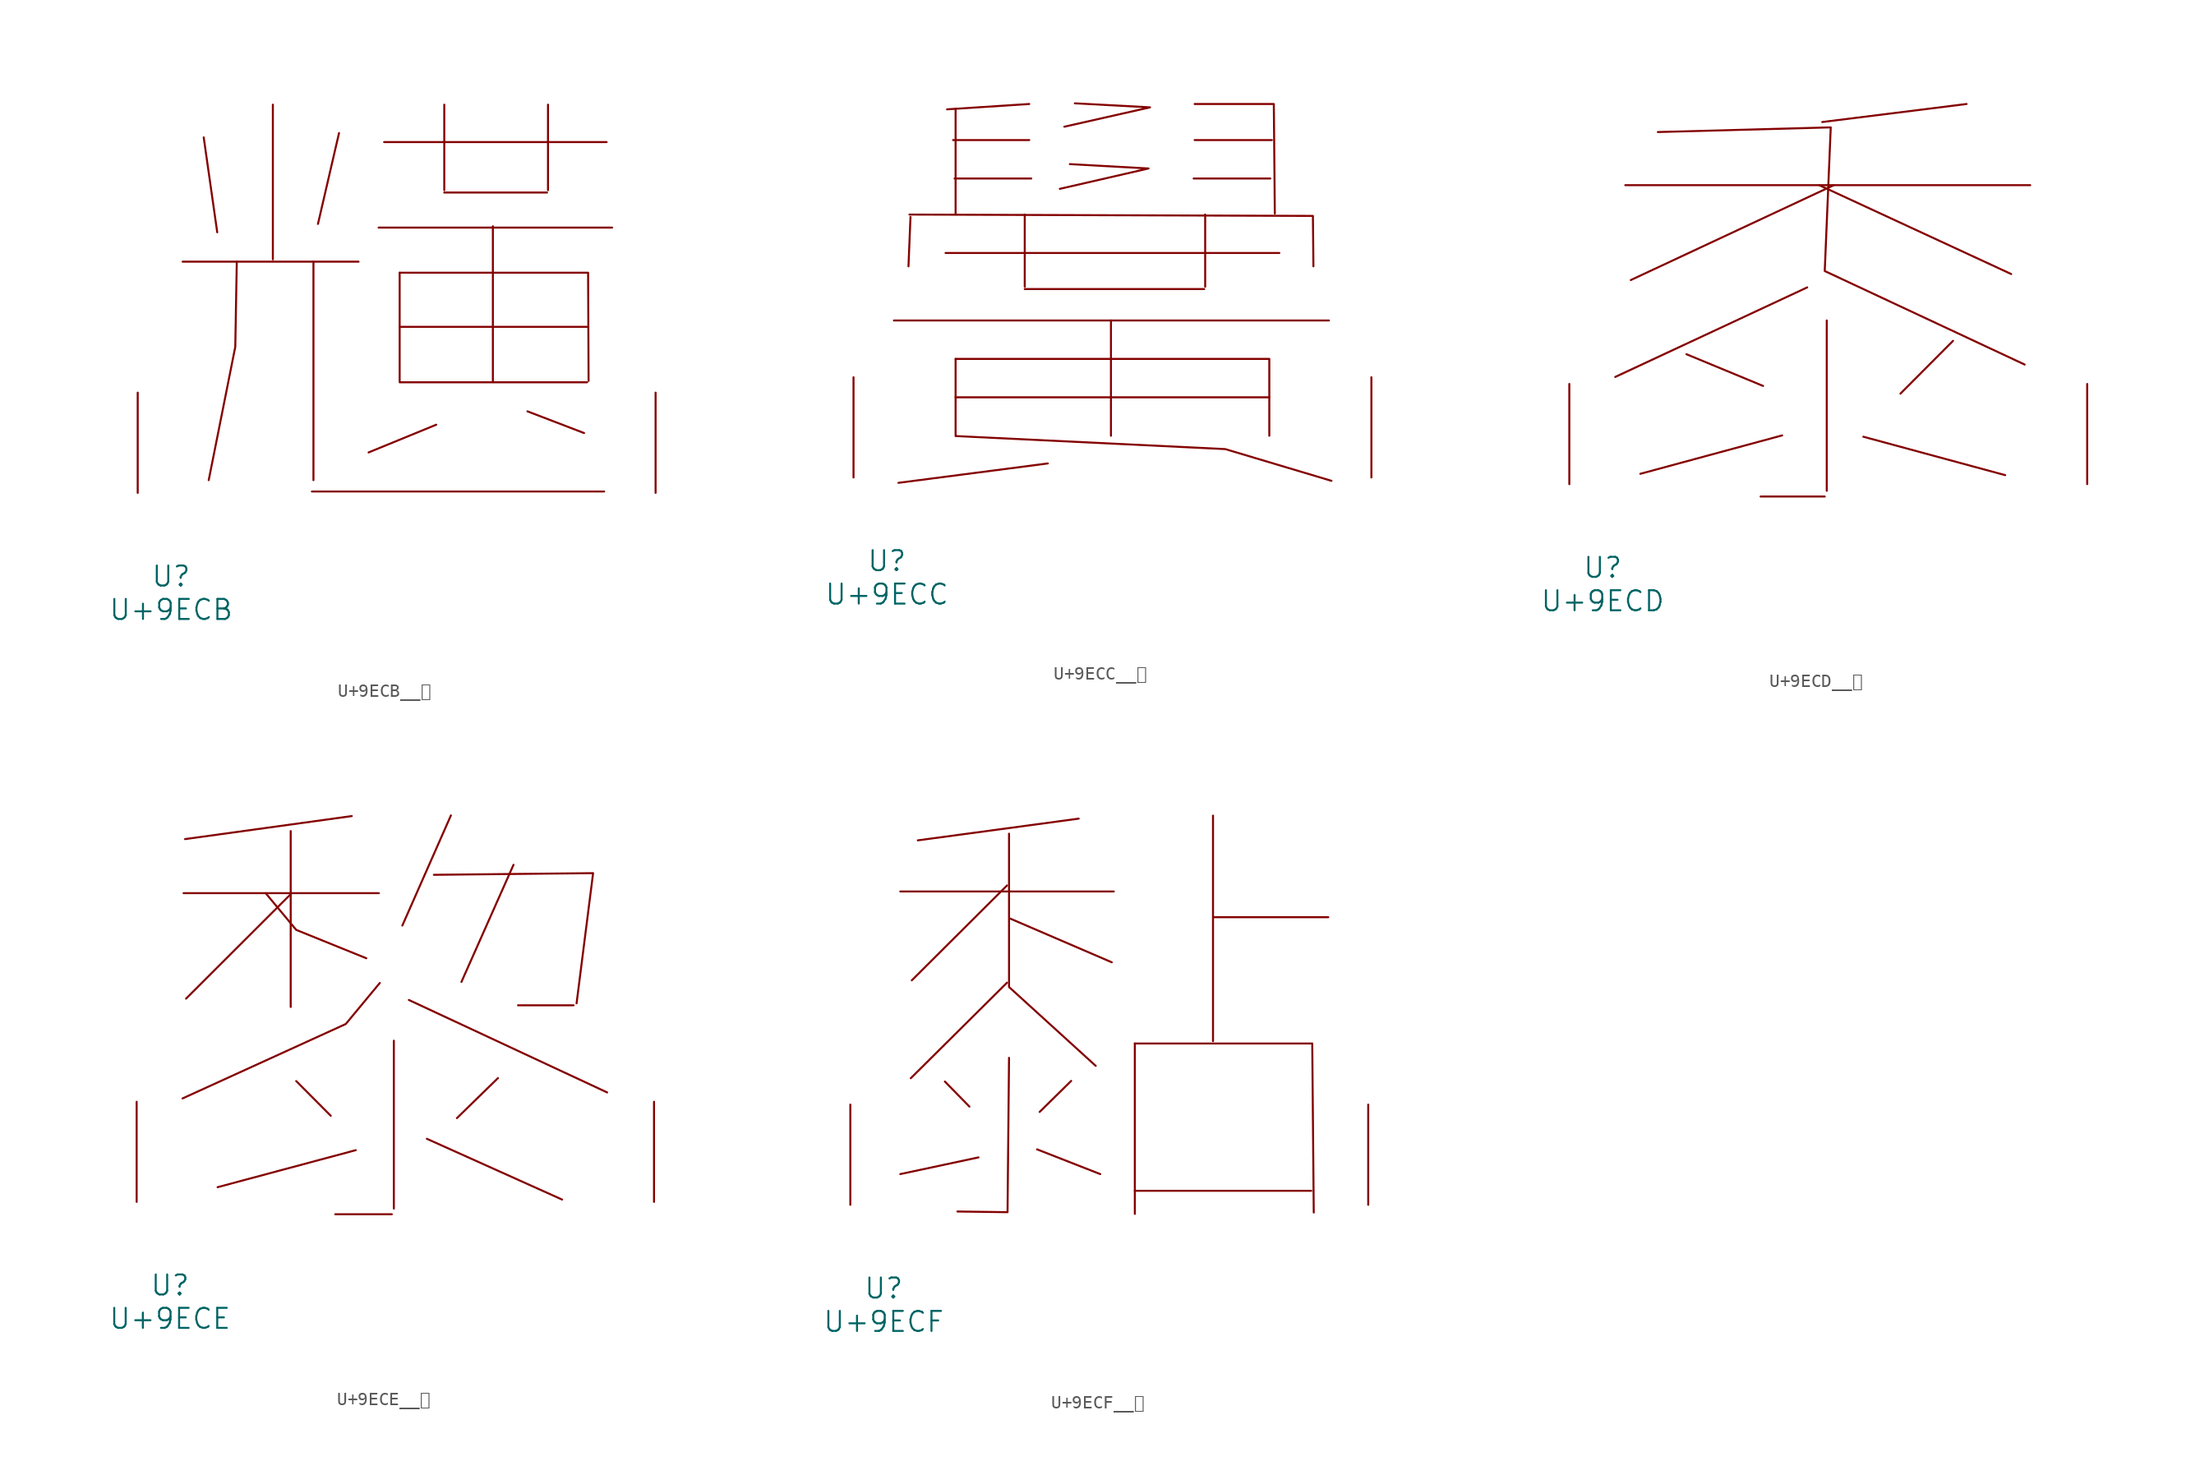
<source format=kicad_sym>
(kicad_symbol_lib
  (version 20231120)
  (generator "kicad_symbol_editor")
  (generator_version "8.0")
  (symbol "U+9ECB__黋"
    (pin_names
      (offset 1.016))
    (property "Reference" "U"
      (at 0 -6.35 0)
      (effects (font (size 1.524 1.524))))
    (property "Value" "U+9ECB"
      (at 0 -8.89 0)
      (effects (font (size 1.524 1.524))))
    (symbol "U+9ECB__黋_0_1"
      (polyline (pts (xy 0.876 17.577) (xy 14.249 17.577)) (stroke (width 0) (type solid)) (fill (type none)))
      (polyline (pts (xy 2.477 27.026) (xy 3.505 19.812)) (stroke (width 0) (type solid)) (fill (type none)))
      (polyline (pts (xy 7.734 29.515) (xy 7.734 17.755)) (stroke (width 0) (type solid)) (fill (type none)))
      (polyline (pts (xy 10.706 0.102) (xy 32.918 0.102)) (stroke (width 0) (type solid)) (fill (type none)))
      (polyline (pts (xy 10.82 17.577) (xy 10.82 0.965)) (stroke (width 0) (type solid)) (fill (type none)))
      (polyline (pts (xy 12.764 27.356) (xy 11.163 20.447)) (stroke (width 0) (type solid)) (fill (type none)))
      (polyline (pts (xy 15.773 20.168) (xy 33.528 20.168)) (stroke (width 0) (type solid)) (fill (type none)))
      (polyline (pts (xy 16.192 26.67) (xy 33.109 26.67)) (stroke (width 0) (type solid)) (fill (type none)))
      (polyline (pts (xy 17.374 8.407) (xy 31.623 8.407)) (stroke (width 0) (type solid)) (fill (type none)))
      (polyline (pts (xy 17.374 12.624) (xy 31.623 12.624)) (stroke (width 0) (type solid)) (fill (type none)))
      (polyline (pts (xy 17.374 16.739) (xy 17.374 8.509)) (stroke (width 0) (type solid)) (fill (type none)))
      (polyline (pts (xy 20.155 5.182) (xy 15.011 3.073)) (stroke (width 0) (type solid)) (fill (type none)))
      (polyline (pts (xy 20.765 22.835) (xy 28.575 22.835)) (stroke (width 0) (type solid)) (fill (type none)))
      (polyline (pts (xy 20.765 29.515) (xy 20.765 23.012)) (stroke (width 0) (type solid)) (fill (type none)))
      (polyline (pts (xy 24.46 20.269) (xy 24.46 8.509)) (stroke (width 0) (type solid)) (fill (type none)))
      (polyline (pts (xy 27.089 6.198) (xy 31.394 4.547)) (stroke (width 0) (type solid)) (fill (type none)))
      (polyline (pts (xy 28.651 29.515) (xy 28.651 23.012)) (stroke (width 0) (type solid)) (fill (type none)))
      (polyline (pts (xy 4.991 17.577) (xy 4.877 11.1) (xy 2.857 0.965)) (stroke (width 0) (type solid)) (fill (type none)))
      (polyline (pts (xy 17.374 16.739) (xy 31.699 16.739) (xy 31.737 8.509)) (stroke (width 0) (type solid)) (fill (type none)))
      (pin input line (at -2.54 0 90) (length 7.62) (name "~" (effects (font (size 1.27 1.27)))) (number "~" (effects (font (size 1.27 1.27)))))
      (pin input line (at 36.83 0 90) (length 7.62) (name "~" (effects (font (size 1.27 1.27)))) (number "~" (effects (font (size 1.27 1.27)))))))
  (symbol "U+9ECC__黌"
    (pin_names
      (offset 1.016))
    (property "Reference" "U"
      (at 0 -6.35 0)
      (effects (font (size 1.524 1.524))))
    (property "Value" "U+9ECC"
      (at 0 -8.89 0)
      (effects (font (size 1.524 1.524))))
    (symbol "U+9ECC__黌_0_1"
      (polyline (pts (xy 0.533 11.938) (xy 33.604 11.938)) (stroke (width 0) (type solid)) (fill (type none)))
      (polyline (pts (xy 1.791 19.812) (xy 1.638 16.053)) (stroke (width 0) (type solid)) (fill (type none)))
      (polyline (pts (xy 4.458 17.069) (xy 29.832 17.069)) (stroke (width 0) (type solid)) (fill (type none)))
      (polyline (pts (xy 5.029 25.654) (xy 10.82 25.654)) (stroke (width 0) (type solid)) (fill (type none)))
      (polyline (pts (xy 5.144 22.733) (xy 10.973 22.733)) (stroke (width 0) (type solid)) (fill (type none)))
      (polyline (pts (xy 5.22 6.096) (xy 29.07 6.096)) (stroke (width 0) (type solid)) (fill (type none)))
      (polyline (pts (xy 5.22 28.042) (xy 5.22 20.066)) (stroke (width 0) (type solid)) (fill (type none)))
      (polyline (pts (xy 10.477 14.326) (xy 24.117 14.326)) (stroke (width 0) (type solid)) (fill (type none)))
      (polyline (pts (xy 10.477 19.99) (xy 10.477 14.503)) (stroke (width 0) (type solid)) (fill (type none)))
      (polyline (pts (xy 10.82 28.397) (xy 4.572 27.991)) (stroke (width 0) (type solid)) (fill (type none)))
      (polyline (pts (xy 12.23 1.067) (xy 0.876 -0.406)) (stroke (width 0) (type solid)) (fill (type none)))
      (polyline (pts (xy 17.031 11.938) (xy 17.031 3.175)) (stroke (width 0) (type solid)) (fill (type none)))
      (polyline (pts (xy 23.317 22.733) (xy 29.146 22.733)) (stroke (width 0) (type solid)) (fill (type none)))
      (polyline (pts (xy 23.393 25.654) (xy 29.261 25.654)) (stroke (width 0) (type solid)) (fill (type none)))
      (polyline (pts (xy 24.194 19.99) (xy 24.194 14.503)) (stroke (width 0) (type solid)) (fill (type none)))
      (polyline (pts (xy 1.714 19.99) (xy 32.385 19.888) (xy 32.423 16.053)) (stroke (width 0) (type solid)) (fill (type none)))
      (polyline (pts (xy 5.22 9.017) (xy 29.07 9.017) (xy 29.07 3.175)) (stroke (width 0) (type solid)) (fill (type none)))
      (polyline (pts (xy 13.906 23.825) (xy 19.888 23.495) (xy 13.145 21.946)) (stroke (width 0) (type solid)) (fill (type none)))
      (polyline (pts (xy 14.287 28.448) (xy 20.003 28.143) (xy 13.487 26.67)) (stroke (width 0) (type solid)) (fill (type none)))
      (polyline (pts (xy 23.393 28.397) (xy 29.413 28.397) (xy 29.489 20.066)) (stroke (width 0) (type solid)) (fill (type none)))
      (polyline (pts (xy 5.22 9.017) (xy 5.22 3.15) (xy 25.718 2.159) (xy 33.795 -0.254)) (stroke (width 0) (type solid)) (fill (type none)))
      (pin input line (at -2.54 0 90) (length 7.62) (name "~" (effects (font (size 1.27 1.27)))) (number "~" (effects (font (size 1.27 1.27)))))
      (pin input line (at 36.83 0 90) (length 7.62) (name "~" (effects (font (size 1.27 1.27)))) (number "~" (effects (font (size 1.27 1.27)))))))
  (symbol "U+9ECD__黍"
    (pin_names
      (offset 1.016))
    (property "Reference" "U"
      (at 0 -6.35 0)
      (effects (font (size 1.524 1.524))))
    (property "Value" "U+9ECD"
      (at 0 -8.89 0)
      (effects (font (size 1.524 1.524))))
    (symbol "U+9ECD__黍_0_1"
      (polyline (pts (xy 1.714 22.733) (xy 32.499 22.733)) (stroke (width 0) (type solid)) (fill (type none)))
      (polyline (pts (xy 6.363 9.881) (xy 12.192 7.468)) (stroke (width 0) (type solid)) (fill (type none)))
      (polyline (pts (xy 12.002 -0.94) (xy 16.878 -0.94)) (stroke (width 0) (type solid)) (fill (type none)))
      (polyline (pts (xy 13.64 3.708) (xy 2.857 0.787)) (stroke (width 0) (type solid)) (fill (type none)))
      (polyline (pts (xy 15.545 14.961) (xy 0.953 8.153)) (stroke (width 0) (type solid)) (fill (type none)))
      (polyline (pts (xy 16.459 22.733) (xy 31.052 15.977)) (stroke (width 0) (type solid)) (fill (type none)))
      (polyline (pts (xy 17.031 12.446) (xy 17.031 -0.508)) (stroke (width 0) (type solid)) (fill (type none)))
      (polyline (pts (xy 17.564 22.733) (xy 2.134 15.519)) (stroke (width 0) (type solid)) (fill (type none)))
      (polyline (pts (xy 19.812 3.607) (xy 30.594 0.686)) (stroke (width 0) (type solid)) (fill (type none)))
      (polyline (pts (xy 26.632 10.897) (xy 22.631 6.883)) (stroke (width 0) (type solid)) (fill (type none)))
      (polyline (pts (xy 27.661 28.905) (xy 16.688 27.534)) (stroke (width 0) (type solid)) (fill (type none)))
      (polyline (pts (xy 4.191 26.772) (xy 17.335 27.127) (xy 16.878 16.205) (xy 32.08 9.093)) (stroke (width 0) (type solid)) (fill (type none)))
      (pin input line (at -2.54 0 90) (length 7.62) (name "~" (effects (font (size 1.27 1.27)))) (number "~" (effects (font (size 1.27 1.27)))))
      (pin input line (at 36.83 0 90) (length 7.62) (name "~" (effects (font (size 1.27 1.27)))) (number "~" (effects (font (size 1.27 1.27)))))))
  (symbol "U+9ECE__黎"
    (pin_names
      (offset 1.016))
    (property "Reference" "U"
      (at 0 -6.35 0)
      (effects (font (size 1.524 1.524))))
    (property "Value" "U+9ECE"
      (at 0 -8.89 0)
      (effects (font (size 1.524 1.524))))
    (symbol "U+9ECE__黎_0_1"
      (polyline (pts (xy 1.029 23.495) (xy 15.888 23.495)) (stroke (width 0) (type solid)) (fill (type none)))
      (polyline (pts (xy 9.182 28.219) (xy 9.182 14.834)) (stroke (width 0) (type solid)) (fill (type none)))
      (polyline (pts (xy 9.258 23.495) (xy 1.219 15.469)) (stroke (width 0) (type solid)) (fill (type none)))
      (polyline (pts (xy 9.601 9.195) (xy 12.23 6.553)) (stroke (width 0) (type solid)) (fill (type none)))
      (polyline (pts (xy 12.573 -0.94) (xy 16.878 -0.94)) (stroke (width 0) (type solid)) (fill (type none)))
      (polyline (pts (xy 13.83 29.362) (xy 1.143 27.61)) (stroke (width 0) (type solid)) (fill (type none)))
      (polyline (pts (xy 14.135 3.937) (xy 3.619 1.118)) (stroke (width 0) (type solid)) (fill (type none)))
      (polyline (pts (xy 17.031 12.268) (xy 17.031 -0.508)) (stroke (width 0) (type solid)) (fill (type none)))
      (polyline (pts (xy 18.174 15.367) (xy 33.261 8.331)) (stroke (width 0) (type solid)) (fill (type none)))
      (polyline (pts (xy 19.545 4.801) (xy 29.832 0.178)) (stroke (width 0) (type solid)) (fill (type none)))
      (polyline (pts (xy 21.374 29.413) (xy 17.678 21.031)) (stroke (width 0) (type solid)) (fill (type none)))
      (polyline (pts (xy 24.956 9.423) (xy 21.831 6.375)) (stroke (width 0) (type solid)) (fill (type none)))
      (polyline (pts (xy 26.137 25.654) (xy 22.174 16.739)) (stroke (width 0) (type solid)) (fill (type none)))
      (polyline (pts (xy 26.48 14.961) (xy 30.709 14.961)) (stroke (width 0) (type solid)) (fill (type none)))
      (polyline (pts (xy 7.277 23.495) (xy 9.601 20.701) (xy 14.935 18.542)) (stroke (width 0) (type solid)) (fill (type none)))
      (polyline (pts (xy 15.964 16.662) (xy 13.373 13.538) (xy 0.953 7.874)) (stroke (width 0) (type solid)) (fill (type none)))
      (polyline (pts (xy 20.079 24.892) (xy 32.194 25.019) (xy 30.937 15.113)) (stroke (width 0) (type solid)) (fill (type none)))
      (pin input line (at -2.54 0 90) (length 7.62) (name "~" (effects (font (size 1.27 1.27)))) (number "~" (effects (font (size 1.27 1.27)))))
      (pin input line (at 36.83 0 90) (length 7.62) (name "~" (effects (font (size 1.27 1.27)))) (number "~" (effects (font (size 1.27 1.27)))))))
  (symbol "U+9ECF__黏"
    (pin_names
      (offset 1.016))
    (property "Reference" "U"
      (at 0 -6.35 0)
      (effects (font (size 1.524 1.524))))
    (property "Value" "U+9ECF"
      (at 0 -8.89 0)
      (effects (font (size 1.524 1.524))))
    (symbol "U+9ECF__黏_0_1"
      (polyline (pts (xy 1.257 23.825) (xy 17.488 23.825)) (stroke (width 0) (type solid)) (fill (type none)))
      (polyline (pts (xy 4.648 9.373) (xy 6.515 7.468)) (stroke (width 0) (type solid)) (fill (type none)))
      (polyline (pts (xy 7.201 3.607) (xy 1.257 2.337)) (stroke (width 0) (type solid)) (fill (type none)))
      (polyline (pts (xy 9.373 16.891) (xy 2.057 9.627)) (stroke (width 0) (type solid)) (fill (type none)))
      (polyline (pts (xy 9.373 24.282) (xy 2.134 17.069)) (stroke (width 0) (type solid)) (fill (type none)))
      (polyline (pts (xy 9.601 21.768) (xy 17.335 18.44)) (stroke (width 0) (type solid)) (fill (type none)))
      (polyline (pts (xy 11.659 4.216) (xy 16.459 2.337)) (stroke (width 0) (type solid)) (fill (type none)))
      (polyline (pts (xy 14.249 9.423) (xy 11.849 7.061)) (stroke (width 0) (type solid)) (fill (type none)))
      (polyline (pts (xy 14.821 29.362) (xy 2.591 27.711)) (stroke (width 0) (type solid)) (fill (type none)))
      (polyline (pts (xy 19.088 1.067) (xy 32.499 1.067)) (stroke (width 0) (type solid)) (fill (type none)))
      (polyline (pts (xy 19.088 12.268) (xy 19.088 -0.686)) (stroke (width 0) (type solid)) (fill (type none)))
      (polyline (pts (xy 25.032 21.869) (xy 33.795 21.869)) (stroke (width 0) (type solid)) (fill (type none)))
      (polyline (pts (xy 25.032 29.591) (xy 25.032 12.446)) (stroke (width 0) (type solid)) (fill (type none)))
      (polyline (pts (xy 9.525 11.176) (xy 9.411 -0.559) (xy 5.601 -0.508)) (stroke (width 0) (type solid)) (fill (type none)))
      (polyline (pts (xy 9.525 28.219) (xy 9.525 16.561) (xy 16.116 10.566)) (stroke (width 0) (type solid)) (fill (type none)))
      (polyline (pts (xy 19.088 12.268) (xy 32.575 12.268) (xy 32.69 -0.584)) (stroke (width 0) (type solid)) (fill (type none)))
      (pin input line (at -2.54 0 90) (length 7.62) (name "~" (effects (font (size 1.27 1.27)))) (number "~" (effects (font (size 1.27 1.27)))))
      (pin input line (at 36.83 0 90) (length 7.62) (name "~" (effects (font (size 1.27 1.27)))) (number "~" (effects (font (size 1.27 1.27))))))))
</source>
